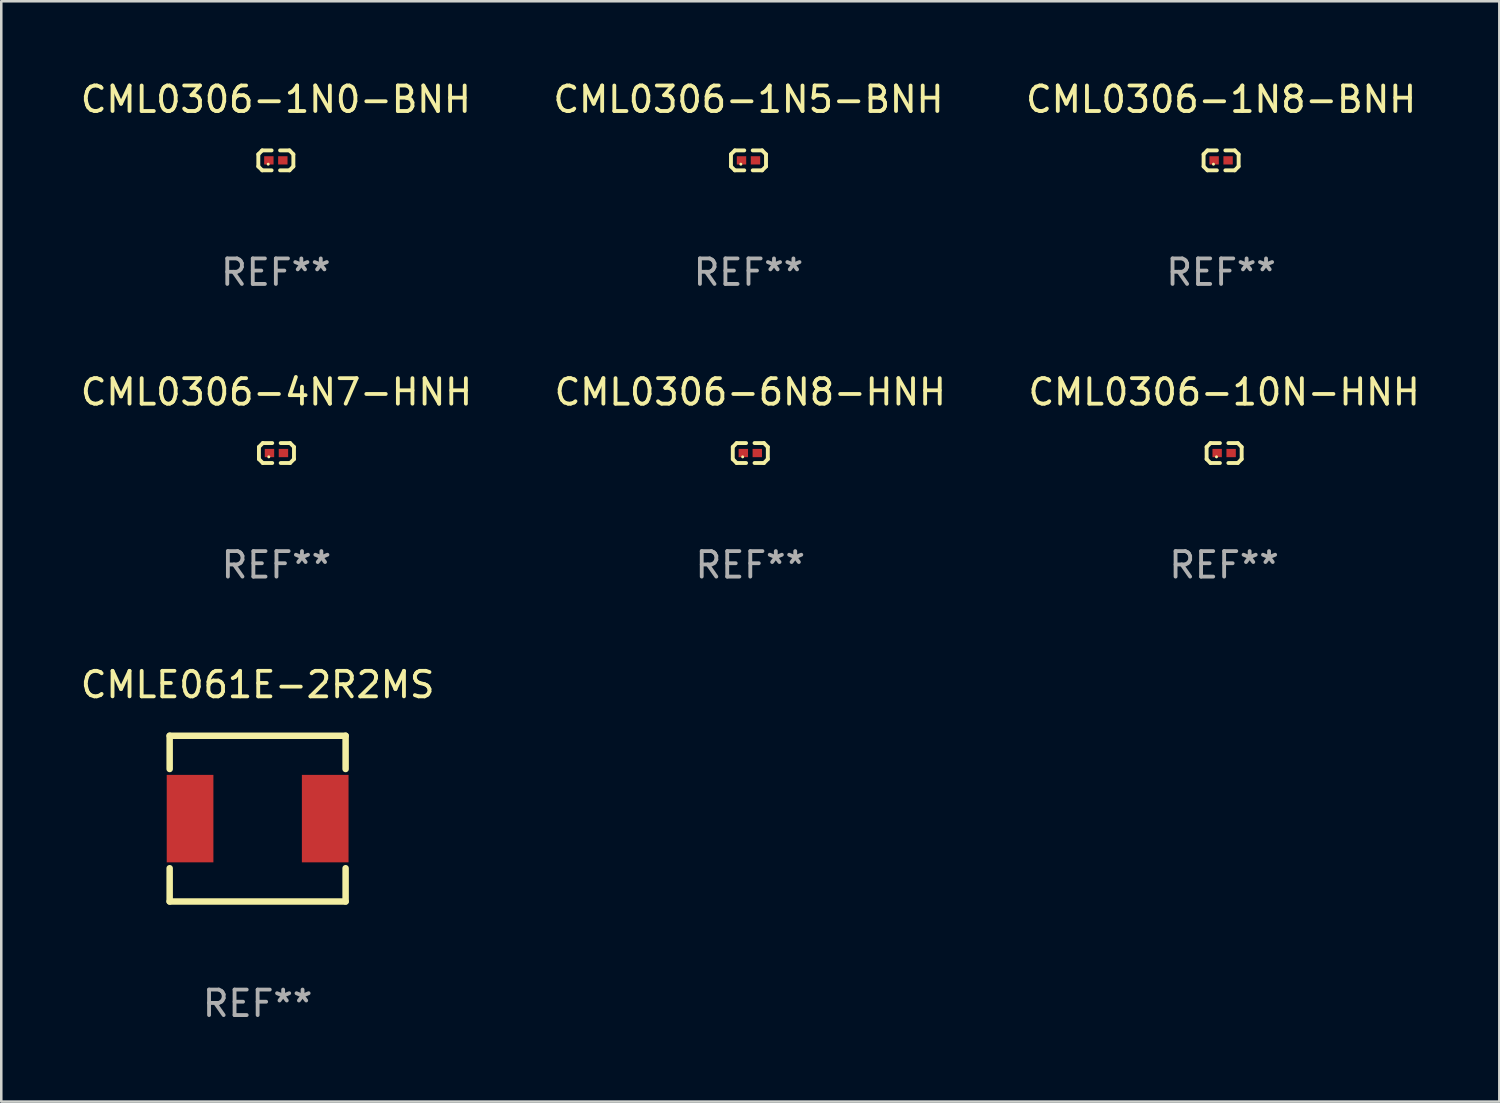
<source format=kicad_pcb>
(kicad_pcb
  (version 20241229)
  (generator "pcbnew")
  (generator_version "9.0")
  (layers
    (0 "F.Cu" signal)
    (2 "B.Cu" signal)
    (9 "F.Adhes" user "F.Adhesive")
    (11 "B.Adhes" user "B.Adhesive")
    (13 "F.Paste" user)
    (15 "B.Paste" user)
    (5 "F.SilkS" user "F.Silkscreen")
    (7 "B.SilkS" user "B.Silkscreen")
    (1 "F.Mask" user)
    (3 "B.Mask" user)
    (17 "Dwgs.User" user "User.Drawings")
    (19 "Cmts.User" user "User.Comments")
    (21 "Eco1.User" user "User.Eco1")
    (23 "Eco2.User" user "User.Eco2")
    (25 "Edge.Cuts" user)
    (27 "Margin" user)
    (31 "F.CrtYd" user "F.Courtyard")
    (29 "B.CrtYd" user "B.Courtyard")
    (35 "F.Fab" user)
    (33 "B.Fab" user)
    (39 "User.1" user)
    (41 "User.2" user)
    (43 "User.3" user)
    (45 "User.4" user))
  (footprint "CML0306-1N5-BNH"
    (layer "F.Cu")
    (at 26.304 3.239)
    (property "Reference" "CML0306-1N5-BNH" (at 0 -2.391 0) (layer "F.SilkS") (effects (font (size 1 1) (thickness 0.15))))
    (attr through_hole)
    (fp_line (start -0.687 -0.238) (end -0.535 -0.391) (stroke (width 0.152) (type solid)) (layer "F.SilkS"))
    (fp_line (start -0.687 0.238) (end -0.687 -0.238) (stroke (width 0.152) (type solid)) (layer "F.SilkS"))
    (fp_line (start -0.535 -0.391) (end -0.166 -0.391) (stroke (width 0.152) (type solid)) (layer "F.SilkS"))
    (fp_line (start -0.535 0.391) (end -0.687 0.238) (stroke (width 0.152) (type solid)) (layer "F.SilkS"))
    (fp_line (start -0.166 0.391) (end -0.535 0.391) (stroke (width 0.152) (type solid)) (layer "F.SilkS"))
    (fp_line (start 0.166 0.391) (end 0.535 0.391) (stroke (width 0.152) (type solid)) (layer "F.SilkS"))
    (fp_line (start 0.535 -0.391) (end 0.166 -0.391) (stroke (width 0.152) (type solid)) (layer "F.SilkS"))
    (fp_line (start 0.535 0.391) (end 0.687 0.238) (stroke (width 0.152) (type solid)) (layer "F.SilkS"))
    (fp_line (start 0.687 -0.238) (end 0.535 -0.391) (stroke (width 0.152) (type solid)) (layer "F.SilkS"))
    (fp_line (start 0.687 0.238) (end 0.687 -0.238) (stroke (width 0.152) (type solid)) (layer "F.SilkS"))
    (fp_circle (center -0.3 0.15) (end -0.27 0.15) (stroke (width 0.06) (type solid)) (fill no) (layer "F.SilkS"))
    (fp_text user "REF**" (at 0 4.391 0) (layer "F.Fab") (effects (font (size 1 1) (thickness 0.15))))
    (pad "1" smd rect (at -0.274 0) (size 0.368 0.324) (layers "F.Cu" "F.Mask" "F.Paste"))
    (pad "2" smd rect (at 0.274 0) (size 0.368 0.324) (layers "F.Cu" "F.Mask" "F.Paste")))
  (footprint "CML0306-4N7-HNH"
    (layer "F.Cu")
    (at 7.792 14.717)
    (property "Reference" "CML0306-4N7-HNH" (at 0 -2.391 0) (layer "F.SilkS") (effects (font (size 1 1) (thickness 0.15))))
    (attr through_hole)
    (fp_line (start -0.687 -0.238) (end -0.535 -0.391) (stroke (width 0.152) (type solid)) (layer "F.SilkS"))
    (fp_line (start -0.687 0.238) (end -0.687 -0.238) (stroke (width 0.152) (type solid)) (layer "F.SilkS"))
    (fp_line (start -0.535 -0.391) (end -0.166 -0.391) (stroke (width 0.152) (type solid)) (layer "F.SilkS"))
    (fp_line (start -0.535 0.391) (end -0.687 0.238) (stroke (width 0.152) (type solid)) (layer "F.SilkS"))
    (fp_line (start -0.166 0.391) (end -0.535 0.391) (stroke (width 0.152) (type solid)) (layer "F.SilkS"))
    (fp_line (start 0.166 0.391) (end 0.535 0.391) (stroke (width 0.152) (type solid)) (layer "F.SilkS"))
    (fp_line (start 0.535 -0.391) (end 0.166 -0.391) (stroke (width 0.152) (type solid)) (layer "F.SilkS"))
    (fp_line (start 0.535 0.391) (end 0.687 0.238) (stroke (width 0.152) (type solid)) (layer "F.SilkS"))
    (fp_line (start 0.687 -0.238) (end 0.535 -0.391) (stroke (width 0.152) (type solid)) (layer "F.SilkS"))
    (fp_line (start 0.687 0.238) (end 0.687 -0.238) (stroke (width 0.152) (type solid)) (layer "F.SilkS"))
    (fp_circle (center -0.3 0.15) (end -0.27 0.15) (stroke (width 0.06) (type solid)) (fill no) (layer "F.SilkS"))
    (fp_text user "REF**" (at 0 4.391 0) (layer "F.Fab") (effects (font (size 1 1) (thickness 0.15))))
    (pad "1" smd rect (at -0.274 0) (size 0.368 0.324) (layers "F.Cu" "F.Mask" "F.Paste"))
    (pad "2" smd rect (at 0.274 0) (size 0.368 0.324) (layers "F.Cu" "F.Mask" "F.Paste")))
  (footprint "CML0306-6N8-HNH"
    (layer "F.Cu")
    (at 26.375 14.717)
    (property "Reference" "CML0306-6N8-HNH" (at 0 -2.391 0) (layer "F.SilkS") (effects (font (size 1 1) (thickness 0.15))))
    (attr through_hole)
    (fp_line (start -0.687 -0.238) (end -0.535 -0.391) (stroke (width 0.152) (type solid)) (layer "F.SilkS"))
    (fp_line (start -0.687 0.238) (end -0.687 -0.238) (stroke (width 0.152) (type solid)) (layer "F.SilkS"))
    (fp_line (start -0.535 -0.391) (end -0.166 -0.391) (stroke (width 0.152) (type solid)) (layer "F.SilkS"))
    (fp_line (start -0.535 0.391) (end -0.687 0.238) (stroke (width 0.152) (type solid)) (layer "F.SilkS"))
    (fp_line (start -0.166 0.391) (end -0.535 0.391) (stroke (width 0.152) (type solid)) (layer "F.SilkS"))
    (fp_line (start 0.166 0.391) (end 0.535 0.391) (stroke (width 0.152) (type solid)) (layer "F.SilkS"))
    (fp_line (start 0.535 -0.391) (end 0.166 -0.391) (stroke (width 0.152) (type solid)) (layer "F.SilkS"))
    (fp_line (start 0.535 0.391) (end 0.687 0.238) (stroke (width 0.152) (type solid)) (layer "F.SilkS"))
    (fp_line (start 0.687 -0.238) (end 0.535 -0.391) (stroke (width 0.152) (type solid)) (layer "F.SilkS"))
    (fp_line (start 0.687 0.238) (end 0.687 -0.238) (stroke (width 0.152) (type solid)) (layer "F.SilkS"))
    (fp_circle (center -0.3 0.15) (end -0.27 0.15) (stroke (width 0.06) (type solid)) (fill no) (layer "F.SilkS"))
    (fp_text user "REF**" (at 0 4.391 0) (layer "F.Fab") (effects (font (size 1 1) (thickness 0.15))))
    (pad "1" smd rect (at -0.274 0) (size 0.368 0.324) (layers "F.Cu" "F.Mask" "F.Paste"))
    (pad "2" smd rect (at 0.274 0) (size 0.368 0.324) (layers "F.Cu" "F.Mask" "F.Paste")))
  (footprint "CMLE061E-2R2MS"
    (layer "F.Cu")
    (at 7.054 29.054)
    (property "Reference" "CMLE061E-2R2MS" (at 0 -5.25 0) (layer "F.SilkS") (effects (font (size 1 1) (thickness 0.15))))
    (attr through_hole)
    (fp_line (start -3.45 -3.25) (end 3.45 -3.25) (stroke (width 0.254) (type solid)) (layer "F.SilkS"))
    (fp_line (start -3.45 -1.946) (end -3.45 -3.25) (stroke (width 0.254) (type solid)) (layer "F.SilkS"))
    (fp_line (start -3.45 3.25) (end -3.45 1.946) (stroke (width 0.254) (type solid)) (layer "F.SilkS"))
    (fp_line (start 3.45 -1.946) (end 3.45 -3.25) (stroke (width 0.254) (type solid)) (layer "F.SilkS"))
    (fp_line (start 3.45 3.25) (end -3.45 3.25) (stroke (width 0.254) (type solid)) (layer "F.SilkS"))
    (fp_line (start 3.45 3.25) (end 3.45 1.946) (stroke (width 0.254) (type solid)) (layer "F.SilkS"))
    (fp_circle (center -3.45 3.25) (end -3.42 3.25) (stroke (width 0.06) (type solid)) (fill no) (layer "F.SilkS"))
    (fp_text user "REF**" (at 0 7.25 0) (layer "F.Fab") (effects (font (size 1 1) (thickness 0.15))))
    (pad "1" smd rect (at -2.65 0 90) (size 3.43 1.83) (layers "F.Cu" "F.Mask" "F.Paste"))
    (pad "2" smd rect (at 2.65 0 90) (size 3.43 1.83) (layers "F.Cu" "F.Mask" "F.Paste")))
  (footprint "CML0306-1N8-BNH"
    (layer "F.Cu")
    (at 44.839 3.239)
    (property "Reference" "CML0306-1N8-BNH" (at 0 -2.391 0) (layer "F.SilkS") (effects (font (size 1 1) (thickness 0.15))))
    (attr through_hole)
    (fp_line (start -0.687 -0.238) (end -0.535 -0.391) (stroke (width 0.152) (type solid)) (layer "F.SilkS"))
    (fp_line (start -0.687 0.238) (end -0.687 -0.238) (stroke (width 0.152) (type solid)) (layer "F.SilkS"))
    (fp_line (start -0.535 -0.391) (end -0.166 -0.391) (stroke (width 0.152) (type solid)) (layer "F.SilkS"))
    (fp_line (start -0.535 0.391) (end -0.687 0.238) (stroke (width 0.152) (type solid)) (layer "F.SilkS"))
    (fp_line (start -0.166 0.391) (end -0.535 0.391) (stroke (width 0.152) (type solid)) (layer "F.SilkS"))
    (fp_line (start 0.166 0.391) (end 0.535 0.391) (stroke (width 0.152) (type solid)) (layer "F.SilkS"))
    (fp_line (start 0.535 -0.391) (end 0.166 -0.391) (stroke (width 0.152) (type solid)) (layer "F.SilkS"))
    (fp_line (start 0.535 0.391) (end 0.687 0.238) (stroke (width 0.152) (type solid)) (layer "F.SilkS"))
    (fp_line (start 0.687 -0.238) (end 0.535 -0.391) (stroke (width 0.152) (type solid)) (layer "F.SilkS"))
    (fp_line (start 0.687 0.238) (end 0.687 -0.238) (stroke (width 0.152) (type solid)) (layer "F.SilkS"))
    (fp_circle (center -0.3 0.15) (end -0.27 0.15) (stroke (width 0.06) (type solid)) (fill no) (layer "F.SilkS"))
    (fp_text user "REF**" (at 0 4.391 0) (layer "F.Fab") (effects (font (size 1 1) (thickness 0.15))))
    (pad "1" smd rect (at -0.274 0) (size 0.368 0.324) (layers "F.Cu" "F.Mask" "F.Paste"))
    (pad "2" smd rect (at 0.274 0) (size 0.368 0.324) (layers "F.Cu" "F.Mask" "F.Paste")))
  (footprint "CML0306-10N-HNH"
    (layer "F.Cu")
    (at 44.958 14.717)
    (property "Reference" "CML0306-10N-HNH" (at 0 -2.391 0) (layer "F.SilkS") (effects (font (size 1 1) (thickness 0.15))))
    (attr through_hole)
    (fp_line (start -0.687 -0.238) (end -0.535 -0.391) (stroke (width 0.152) (type solid)) (layer "F.SilkS"))
    (fp_line (start -0.687 0.238) (end -0.687 -0.238) (stroke (width 0.152) (type solid)) (layer "F.SilkS"))
    (fp_line (start -0.535 -0.391) (end -0.166 -0.391) (stroke (width 0.152) (type solid)) (layer "F.SilkS"))
    (fp_line (start -0.535 0.391) (end -0.687 0.238) (stroke (width 0.152) (type solid)) (layer "F.SilkS"))
    (fp_line (start -0.166 0.391) (end -0.535 0.391) (stroke (width 0.152) (type solid)) (layer "F.SilkS"))
    (fp_line (start 0.166 0.391) (end 0.535 0.391) (stroke (width 0.152) (type solid)) (layer "F.SilkS"))
    (fp_line (start 0.535 -0.391) (end 0.166 -0.391) (stroke (width 0.152) (type solid)) (layer "F.SilkS"))
    (fp_line (start 0.535 0.391) (end 0.687 0.238) (stroke (width 0.152) (type solid)) (layer "F.SilkS"))
    (fp_line (start 0.687 -0.238) (end 0.535 -0.391) (stroke (width 0.152) (type solid)) (layer "F.SilkS"))
    (fp_line (start 0.687 0.238) (end 0.687 -0.238) (stroke (width 0.152) (type solid)) (layer "F.SilkS"))
    (fp_circle (center -0.3 0.15) (end -0.27 0.15) (stroke (width 0.06) (type solid)) (fill no) (layer "F.SilkS"))
    (fp_text user "REF**" (at 0 4.391 0) (layer "F.Fab") (effects (font (size 1 1) (thickness 0.15))))
    (pad "1" smd rect (at -0.274 0) (size 0.368 0.324) (layers "F.Cu" "F.Mask" "F.Paste"))
    (pad "2" smd rect (at 0.274 0) (size 0.368 0.324) (layers "F.Cu" "F.Mask" "F.Paste")))
  (footprint "CML0306-1N0-BNH"
    (layer "F.Cu")
    (at 7.768 3.239)
    (property "Reference" "CML0306-1N0-BNH" (at 0 -2.391 0) (layer "F.SilkS") (effects (font (size 1 1) (thickness 0.15))))
    (attr through_hole)
    (fp_line (start -0.687 -0.238) (end -0.535 -0.391) (stroke (width 0.152) (type solid)) (layer "F.SilkS"))
    (fp_line (start -0.687 0.238) (end -0.687 -0.238) (stroke (width 0.152) (type solid)) (layer "F.SilkS"))
    (fp_line (start -0.535 -0.391) (end -0.166 -0.391) (stroke (width 0.152) (type solid)) (layer "F.SilkS"))
    (fp_line (start -0.535 0.391) (end -0.687 0.238) (stroke (width 0.152) (type solid)) (layer "F.SilkS"))
    (fp_line (start -0.166 0.391) (end -0.535 0.391) (stroke (width 0.152) (type solid)) (layer "F.SilkS"))
    (fp_line (start 0.166 0.391) (end 0.535 0.391) (stroke (width 0.152) (type solid)) (layer "F.SilkS"))
    (fp_line (start 0.535 -0.391) (end 0.166 -0.391) (stroke (width 0.152) (type solid)) (layer "F.SilkS"))
    (fp_line (start 0.535 0.391) (end 0.687 0.238) (stroke (width 0.152) (type solid)) (layer "F.SilkS"))
    (fp_line (start 0.687 -0.238) (end 0.535 -0.391) (stroke (width 0.152) (type solid)) (layer "F.SilkS"))
    (fp_line (start 0.687 0.238) (end 0.687 -0.238) (stroke (width 0.152) (type solid)) (layer "F.SilkS"))
    (fp_circle (center -0.3 0.15) (end -0.27 0.15) (stroke (width 0.06) (type solid)) (fill no) (layer "F.SilkS"))
    (fp_text user "REF**" (at 0 4.391 0) (layer "F.Fab") (effects (font (size 1 1) (thickness 0.15))))
    (pad "1" smd rect (at -0.274 0) (size 0.368 0.324) (layers "F.Cu" "F.Mask" "F.Paste"))
    (pad "2" smd rect (at 0.274 0) (size 0.368 0.324) (layers "F.Cu" "F.Mask" "F.Paste")))
  (gr_rect
    (start -3 -3)
    (end 55.75 40.152)
    (stroke (width 0.1) (type default))
    (fill no)
    (layer "Edge.Cuts")))
</source>
